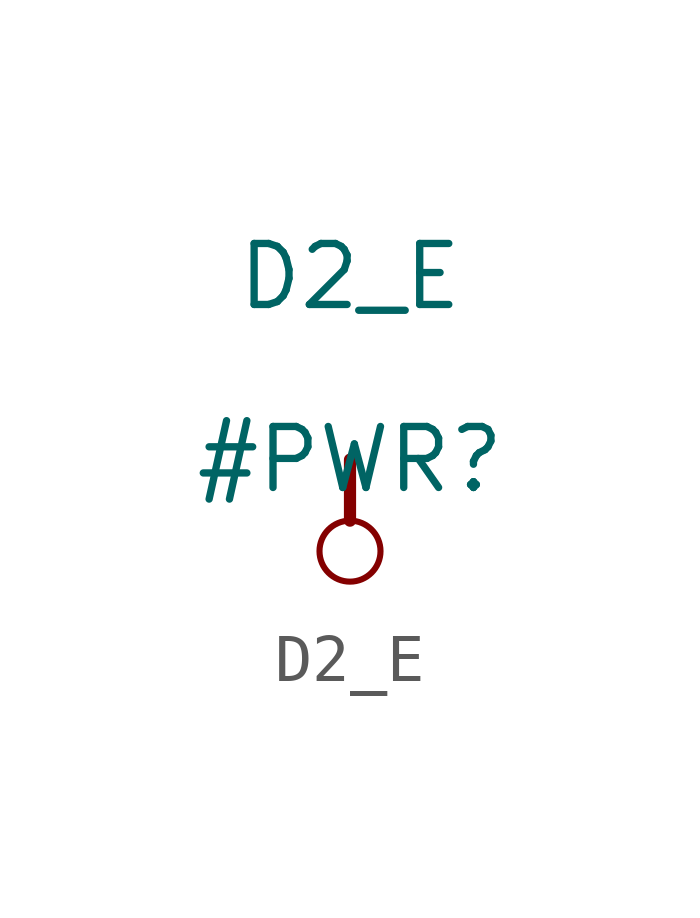
<source format=kicad_sym>
(kicad_symbol_lib
  (version 20211014)
  (generator kicad_symbol_editor)
  (symbol "D2_E"
    (power)
    (property "Reference" "#PWR"
      (at 0 0 0)
      (effects (font (size 1.27 1.27))))
    (property "Value" "D2_E"
      (at 0 3.81 0)
      (effects (font (size 1.27 1.27))))
    (symbol "D2_E_0_0"
      (circle (center 0 -1.905) (radius 0.635) (stroke (width 0.127) (type default) (color 0 0 0 0)) (fill (type none)))
      (polyline (pts (xy 0 0) (xy 0 -1.27)) (stroke (width 0.254) (type default) (color 0 0 0 0)) (fill (type none)))
      (pin power_in line (at 0 0 0) (length 0) hide (name "D2_E" (effects (font (size 1.27 1.27)))) (number "" (effects (font (size 1.27 1.27))))))))
</source>
